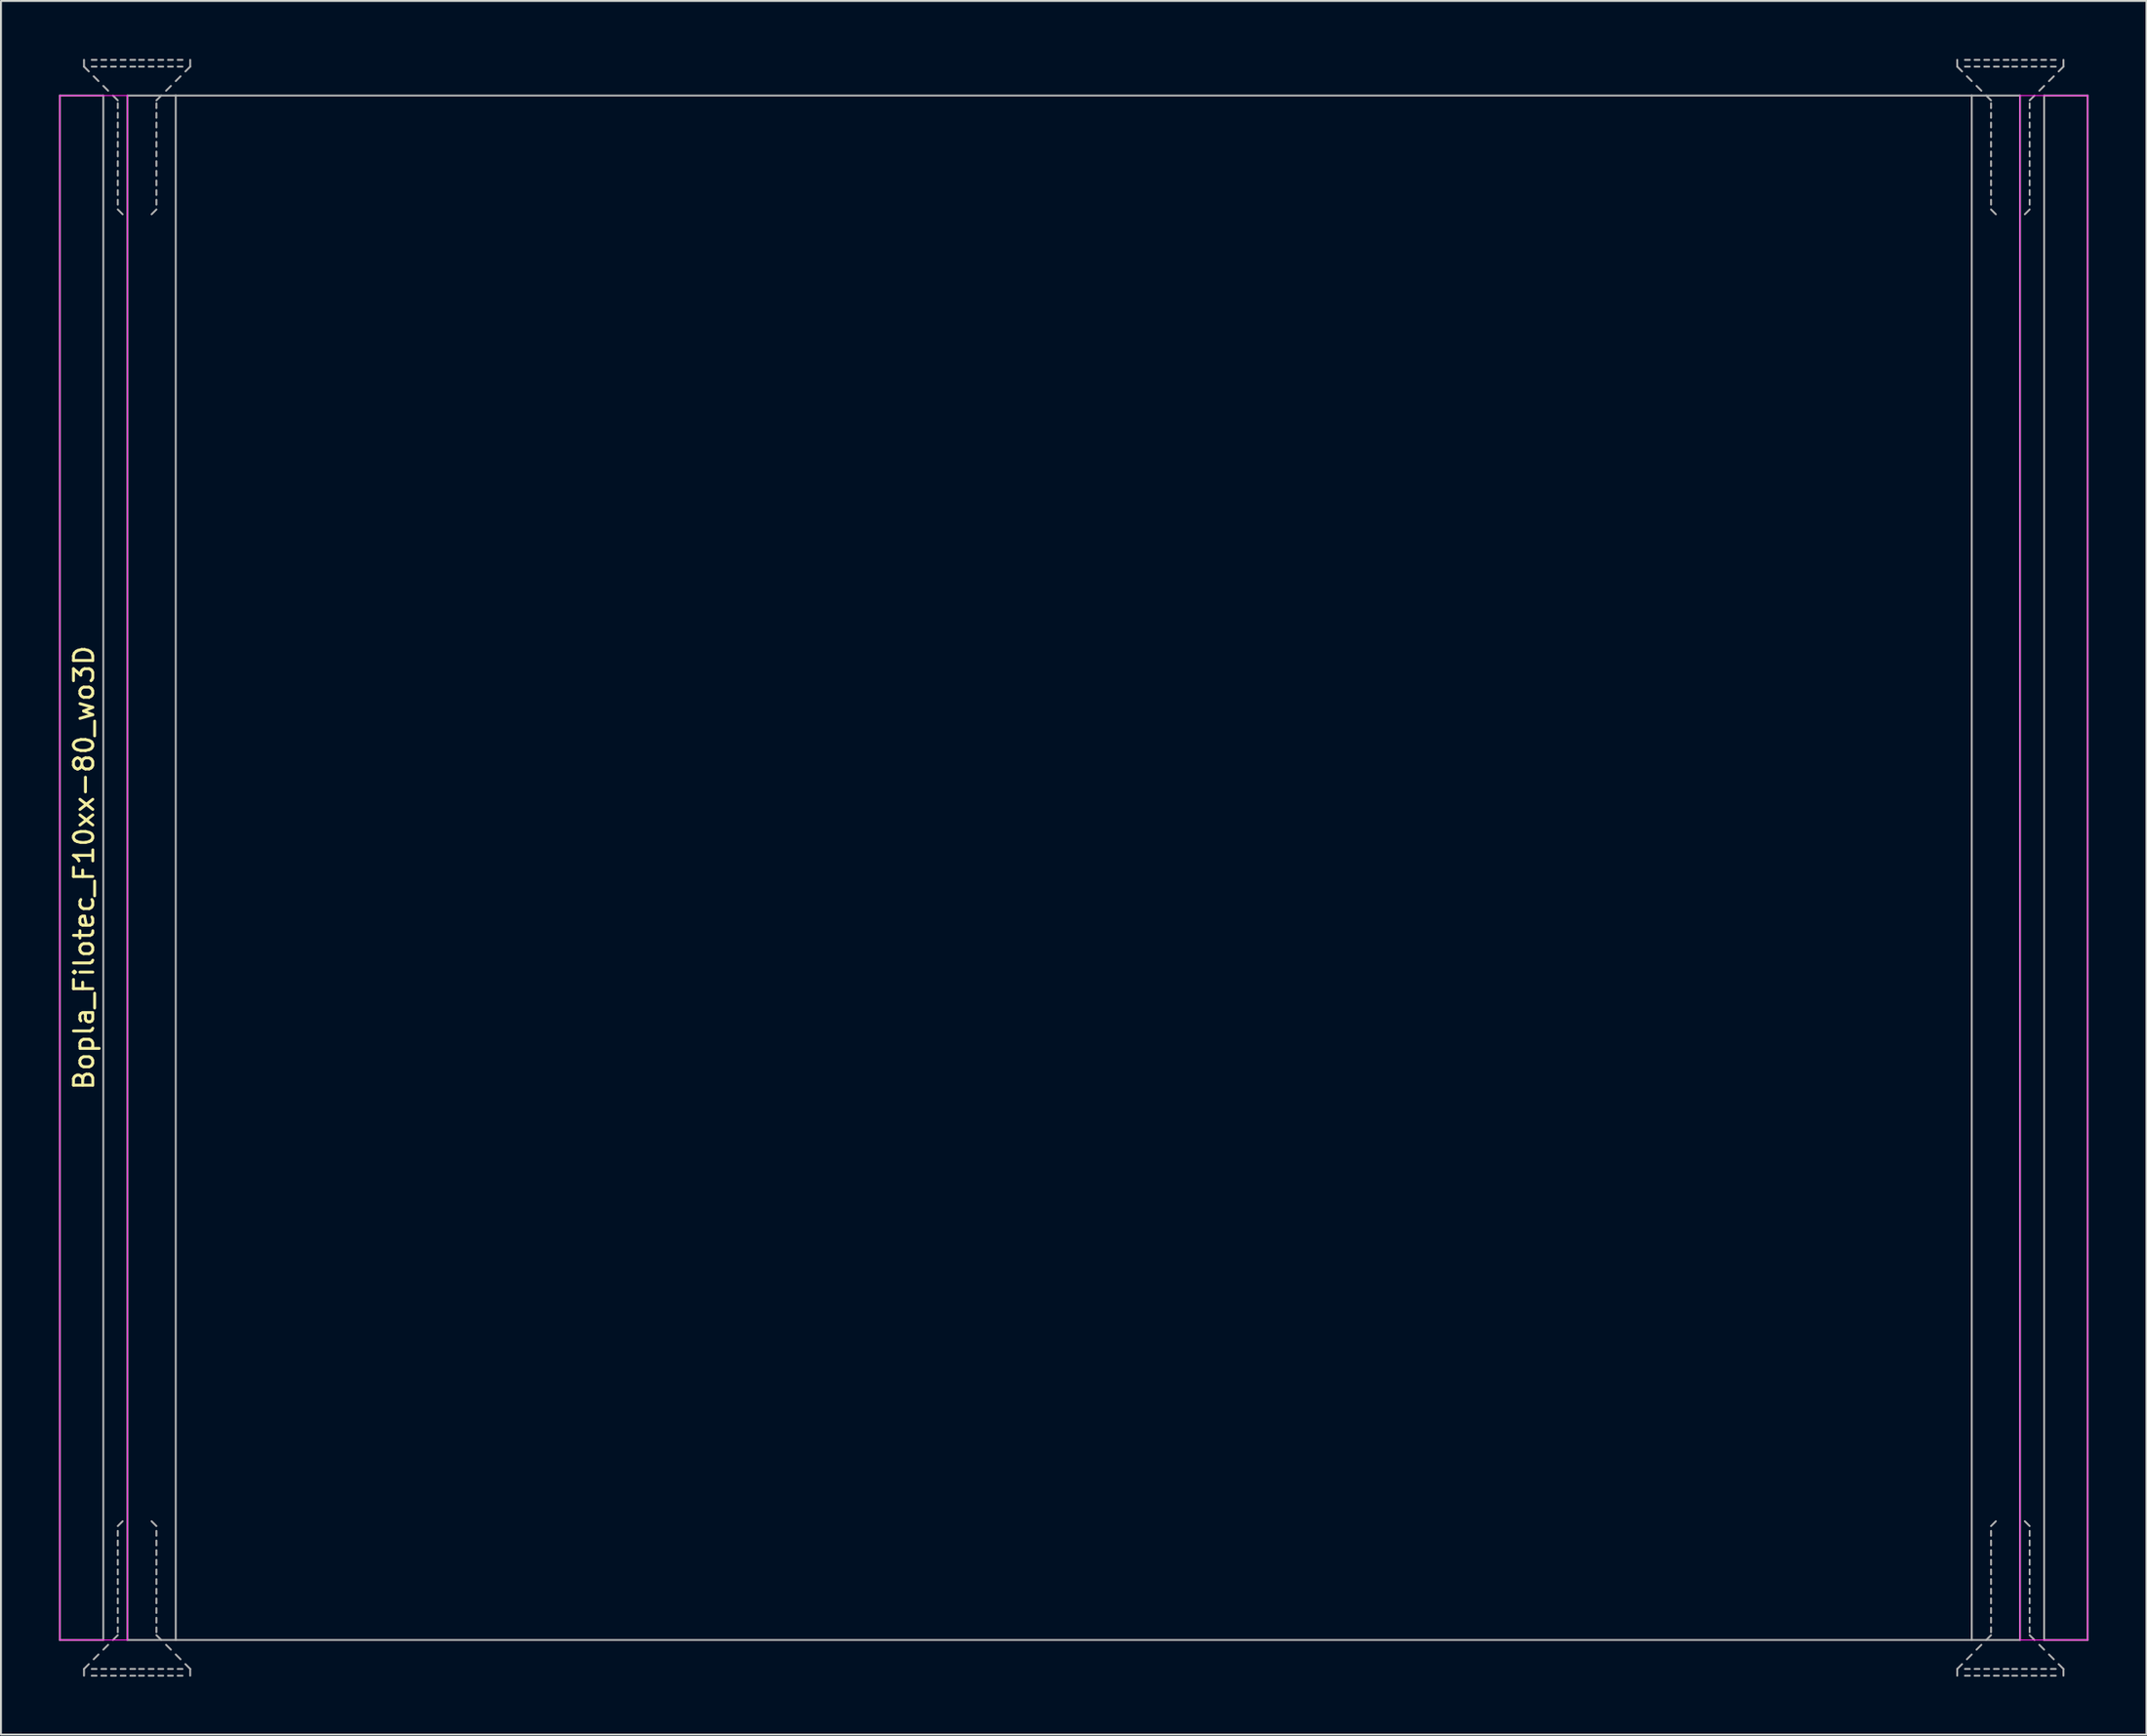
<source format=kicad_pcb>
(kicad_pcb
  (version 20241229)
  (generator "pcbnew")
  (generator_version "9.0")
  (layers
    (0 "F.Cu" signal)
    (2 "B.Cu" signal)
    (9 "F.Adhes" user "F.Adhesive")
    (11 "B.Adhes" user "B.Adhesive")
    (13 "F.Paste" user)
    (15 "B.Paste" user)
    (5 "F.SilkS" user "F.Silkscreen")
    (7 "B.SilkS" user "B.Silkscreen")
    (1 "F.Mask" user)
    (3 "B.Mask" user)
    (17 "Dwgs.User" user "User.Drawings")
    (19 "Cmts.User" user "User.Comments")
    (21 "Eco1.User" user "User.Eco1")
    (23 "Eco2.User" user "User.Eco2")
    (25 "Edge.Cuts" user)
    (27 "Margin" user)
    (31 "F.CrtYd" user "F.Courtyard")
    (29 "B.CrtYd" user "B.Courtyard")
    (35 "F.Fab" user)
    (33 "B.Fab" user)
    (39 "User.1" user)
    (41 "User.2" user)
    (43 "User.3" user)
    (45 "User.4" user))
  (footprint "Bopla_Filotec_F10xx-80_wo3D"
    (layer "F.Cu")
    (at 52.55 41.9)
    (property "Reference" "Bopla_Filotec_F10xx-80_wo3D" (at -51.25 0 90) (layer "F.SilkS") (effects (font (size 1 1) (thickness 0.15))))
    (attr exclude_from_pos_files exclude_from_bom)
    (fp_line (start -52.5 -40) (end -52.5 40) (stroke (width 0.05) (type solid)) (layer "F.CrtYd"))
    (fp_line (start -52.5 40) (end -49 40) (stroke (width 0.05) (type solid)) (layer "F.CrtYd"))
    (fp_line (start -49 -40) (end -52.5 -40) (stroke (width 0.05) (type solid)) (layer "F.CrtYd"))
    (fp_line (start -49 40) (end -49 -40) (stroke (width 0.05) (type solid)) (layer "F.CrtYd"))
    (fp_line (start 49 -40) (end 52.5 -40) (stroke (width 0.05) (type solid)) (layer "F.CrtYd"))
    (fp_line (start 49 40) (end 49 -40) (stroke (width 0.05) (type solid)) (layer "F.CrtYd"))
    (fp_line (start 52.5 -40) (end 52.5 40) (stroke (width 0.05) (type solid)) (layer "F.CrtYd"))
    (fp_line (start 52.5 40) (end 49 40) (stroke (width 0.05) (type solid)) (layer "F.CrtYd"))
    (fp_line (start -52.5 -40) (end -52.5 40) (stroke (width 0.1) (type solid)) (layer "F.Fab"))
    (fp_line (start -52.5 -40) (end -50.25 -40) (stroke (width 0.1) (type solid)) (layer "F.Fab"))
    (fp_line (start -52.5 40) (end -50.25 40) (stroke (width 0.1) (type solid)) (layer "F.Fab"))
    (fp_line (start -51.25 -41.5) (end -51.25 -41.85) (stroke (width 0.1) (type solid)) (layer "F.Fab"))
    (fp_line (start -51.25 -41.5) (end -51 -41.25) (stroke (width 0.1) (type solid)) (layer "F.Fab"))
    (fp_line (start -51.25 41.5) (end -51.25 41.85) (stroke (width 0.1) (type solid)) (layer "F.Fab"))
    (fp_line (start -51.25 41.5) (end -51 41.25) (stroke (width 0.1) (type solid)) (layer "F.Fab"))
    (fp_line (start -50.75 -41) (end -50.5 -40.75) (stroke (width 0.1) (type solid)) (layer "F.Fab"))
    (fp_line (start -50.75 41) (end -50.5 40.75) (stroke (width 0.1) (type solid)) (layer "F.Fab"))
    (fp_line (start -50.6 -41.85) (end -50.85 -41.85) (stroke (width 0.1) (type solid)) (layer "F.Fab"))
    (fp_line (start -50.6 -41.5) (end -50.85 -41.5) (stroke (width 0.1) (type solid)) (layer "F.Fab"))
    (fp_line (start -50.6 41.5) (end -50.85 41.5) (stroke (width 0.1) (type solid)) (layer "F.Fab"))
    (fp_line (start -50.6 41.85) (end -50.85 41.85) (stroke (width 0.1) (type solid)) (layer "F.Fab"))
    (fp_line (start -50.25 -40.5) (end -50 -40.25) (stroke (width 0.1) (type solid)) (layer "F.Fab"))
    (fp_line (start -50.25 -40) (end -50.25 40) (stroke (width 0.1) (type solid)) (layer "F.Fab"))
    (fp_line (start -50.25 40.5) (end -50 40.25) (stroke (width 0.1) (type solid)) (layer "F.Fab"))
    (fp_line (start -50.1 -41.85) (end -50.35 -41.85) (stroke (width 0.1) (type solid)) (layer "F.Fab"))
    (fp_line (start -50.1 -41.5) (end -50.35 -41.5) (stroke (width 0.1) (type solid)) (layer "F.Fab"))
    (fp_line (start -50.1 41.5) (end -50.35 41.5) (stroke (width 0.1) (type solid)) (layer "F.Fab"))
    (fp_line (start -50.1 41.85) (end -50.35 41.85) (stroke (width 0.1) (type solid)) (layer "F.Fab"))
    (fp_line (start -49.75 -40) (end -49.5 -39.75) (stroke (width 0.1) (type solid)) (layer "F.Fab"))
    (fp_line (start -49.75 40) (end -49.5 39.75) (stroke (width 0.1) (type solid)) (layer "F.Fab"))
    (fp_line (start -49.6 -41.85) (end -49.85 -41.85) (stroke (width 0.1) (type solid)) (layer "F.Fab"))
    (fp_line (start -49.6 -41.5) (end -49.85 -41.5) (stroke (width 0.1) (type solid)) (layer "F.Fab"))
    (fp_line (start -49.6 41.5) (end -49.85 41.5) (stroke (width 0.1) (type solid)) (layer "F.Fab"))
    (fp_line (start -49.6 41.85) (end -49.85 41.85) (stroke (width 0.1) (type solid)) (layer "F.Fab"))
    (fp_line (start -49.5 -39.6) (end -49.5 -39.35) (stroke (width 0.1) (type solid)) (layer "F.Fab"))
    (fp_line (start -49.5 -39.1) (end -49.5 -38.85) (stroke (width 0.1) (type solid)) (layer "F.Fab"))
    (fp_line (start -49.5 -38.6) (end -49.5 -38.35) (stroke (width 0.1) (type solid)) (layer "F.Fab"))
    (fp_line (start -49.5 -38.1) (end -49.5 -37.85) (stroke (width 0.1) (type solid)) (layer "F.Fab"))
    (fp_line (start -49.5 -37.6) (end -49.5 -37.35) (stroke (width 0.1) (type solid)) (layer "F.Fab"))
    (fp_line (start -49.5 -37.1) (end -49.5 -36.85) (stroke (width 0.1) (type solid)) (layer "F.Fab"))
    (fp_line (start -49.5 -36.6) (end -49.5 -36.35) (stroke (width 0.1) (type solid)) (layer "F.Fab"))
    (fp_line (start -49.5 -36.1) (end -49.5 -35.85) (stroke (width 0.1) (type solid)) (layer "F.Fab"))
    (fp_line (start -49.5 -35.6) (end -49.5 -35.35) (stroke (width 0.1) (type solid)) (layer "F.Fab"))
    (fp_line (start -49.5 -35.1) (end -49.5 -34.85) (stroke (width 0.1) (type solid)) (layer "F.Fab"))
    (fp_line (start -49.5 -34.6) (end -49.5 -34.35) (stroke (width 0.1) (type solid)) (layer "F.Fab"))
    (fp_line (start -49.5 -34.1) (end -49.25 -33.85) (stroke (width 0.1) (type solid)) (layer "F.Fab"))
    (fp_line (start -49.5 34.1) (end -49.25 33.85) (stroke (width 0.1) (type solid)) (layer "F.Fab"))
    (fp_line (start -49.5 34.6) (end -49.5 34.35) (stroke (width 0.1) (type solid)) (layer "F.Fab"))
    (fp_line (start -49.5 35.1) (end -49.5 34.85) (stroke (width 0.1) (type solid)) (layer "F.Fab"))
    (fp_line (start -49.5 35.6) (end -49.5 35.35) (stroke (width 0.1) (type solid)) (layer "F.Fab"))
    (fp_line (start -49.5 36.1) (end -49.5 35.85) (stroke (width 0.1) (type solid)) (layer "F.Fab"))
    (fp_line (start -49.5 36.6) (end -49.5 36.35) (stroke (width 0.1) (type solid)) (layer "F.Fab"))
    (fp_line (start -49.5 37.1) (end -49.5 36.85) (stroke (width 0.1) (type solid)) (layer "F.Fab"))
    (fp_line (start -49.5 37.6) (end -49.5 37.35) (stroke (width 0.1) (type solid)) (layer "F.Fab"))
    (fp_line (start -49.5 38.1) (end -49.5 37.85) (stroke (width 0.1) (type solid)) (layer "F.Fab"))
    (fp_line (start -49.5 38.6) (end -49.5 38.35) (stroke (width 0.1) (type solid)) (layer "F.Fab"))
    (fp_line (start -49.5 39.1) (end -49.5 38.85) (stroke (width 0.1) (type solid)) (layer "F.Fab"))
    (fp_line (start -49.5 39.6) (end -49.5 39.35) (stroke (width 0.1) (type solid)) (layer "F.Fab"))
    (fp_line (start -49.1 -41.85) (end -49.35 -41.85) (stroke (width 0.1) (type solid)) (layer "F.Fab"))
    (fp_line (start -49.1 -41.5) (end -49.35 -41.5) (stroke (width 0.1) (type solid)) (layer "F.Fab"))
    (fp_line (start -49.1 41.5) (end -49.35 41.5) (stroke (width 0.1) (type solid)) (layer "F.Fab"))
    (fp_line (start -49.1 41.85) (end -49.35 41.85) (stroke (width 0.1) (type solid)) (layer "F.Fab"))
    (fp_line (start -49 -40) (end -46.5 -40) (stroke (width 0.1) (type solid)) (layer "F.Fab"))
    (fp_line (start -49 40) (end -49 -40) (stroke (width 0.1) (type solid)) (layer "F.Fab"))
    (fp_line (start -49 40) (end -46.5 40) (stroke (width 0.1) (type solid)) (layer "F.Fab"))
    (fp_line (start -48.6 -41.85) (end -48.85 -41.85) (stroke (width 0.1) (type solid)) (layer "F.Fab"))
    (fp_line (start -48.6 -41.5) (end -48.85 -41.5) (stroke (width 0.1) (type solid)) (layer "F.Fab"))
    (fp_line (start -48.6 41.5) (end -48.85 41.5) (stroke (width 0.1) (type solid)) (layer "F.Fab"))
    (fp_line (start -48.6 41.85) (end -48.85 41.85) (stroke (width 0.1) (type solid)) (layer "F.Fab"))
    (fp_line (start -48.15 -41.85) (end -48.4 -41.85) (stroke (width 0.1) (type solid)) (layer "F.Fab"))
    (fp_line (start -48.15 -41.5) (end -48.4 -41.5) (stroke (width 0.1) (type solid)) (layer "F.Fab"))
    (fp_line (start -48.15 41.5) (end -48.4 41.5) (stroke (width 0.1) (type solid)) (layer "F.Fab"))
    (fp_line (start -48.15 41.85) (end -48.4 41.85) (stroke (width 0.1) (type solid)) (layer "F.Fab"))
    (fp_line (start -47.65 -41.85) (end -47.9 -41.85) (stroke (width 0.1) (type solid)) (layer "F.Fab"))
    (fp_line (start -47.65 -41.5) (end -47.9 -41.5) (stroke (width 0.1) (type solid)) (layer "F.Fab"))
    (fp_line (start -47.65 41.5) (end -47.9 41.5) (stroke (width 0.1) (type solid)) (layer "F.Fab"))
    (fp_line (start -47.65 41.85) (end -47.9 41.85) (stroke (width 0.1) (type solid)) (layer "F.Fab"))
    (fp_line (start -47.5 -39.6) (end -47.5 -39.35) (stroke (width 0.1) (type solid)) (layer "F.Fab"))
    (fp_line (start -47.5 -39.1) (end -47.5 -38.85) (stroke (width 0.1) (type solid)) (layer "F.Fab"))
    (fp_line (start -47.5 -38.6) (end -47.5 -38.35) (stroke (width 0.1) (type solid)) (layer "F.Fab"))
    (fp_line (start -47.5 -38.1) (end -47.5 -37.85) (stroke (width 0.1) (type solid)) (layer "F.Fab"))
    (fp_line (start -47.5 -37.6) (end -47.5 -37.35) (stroke (width 0.1) (type solid)) (layer "F.Fab"))
    (fp_line (start -47.5 -37.1) (end -47.5 -36.85) (stroke (width 0.1) (type solid)) (layer "F.Fab"))
    (fp_line (start -47.5 -36.6) (end -47.5 -36.35) (stroke (width 0.1) (type solid)) (layer "F.Fab"))
    (fp_line (start -47.5 -36.1) (end -47.5 -35.85) (stroke (width 0.1) (type solid)) (layer "F.Fab"))
    (fp_line (start -47.5 -35.6) (end -47.5 -35.35) (stroke (width 0.1) (type solid)) (layer "F.Fab"))
    (fp_line (start -47.5 -35.1) (end -47.5 -34.85) (stroke (width 0.1) (type solid)) (layer "F.Fab"))
    (fp_line (start -47.5 -34.6) (end -47.5 -34.35) (stroke (width 0.1) (type solid)) (layer "F.Fab"))
    (fp_line (start -47.5 -34.1) (end -47.75 -33.85) (stroke (width 0.1) (type solid)) (layer "F.Fab"))
    (fp_line (start -47.5 34.1) (end -47.75 33.85) (stroke (width 0.1) (type solid)) (layer "F.Fab"))
    (fp_line (start -47.5 34.6) (end -47.5 34.35) (stroke (width 0.1) (type solid)) (layer "F.Fab"))
    (fp_line (start -47.5 35.1) (end -47.5 34.85) (stroke (width 0.1) (type solid)) (layer "F.Fab"))
    (fp_line (start -47.5 35.6) (end -47.5 35.35) (stroke (width 0.1) (type solid)) (layer "F.Fab"))
    (fp_line (start -47.5 36.1) (end -47.5 35.85) (stroke (width 0.1) (type solid)) (layer "F.Fab"))
    (fp_line (start -47.5 36.6) (end -47.5 36.35) (stroke (width 0.1) (type solid)) (layer "F.Fab"))
    (fp_line (start -47.5 37.1) (end -47.5 36.85) (stroke (width 0.1) (type solid)) (layer "F.Fab"))
    (fp_line (start -47.5 37.6) (end -47.5 37.35) (stroke (width 0.1) (type solid)) (layer "F.Fab"))
    (fp_line (start -47.5 38.1) (end -47.5 37.85) (stroke (width 0.1) (type solid)) (layer "F.Fab"))
    (fp_line (start -47.5 38.6) (end -47.5 38.35) (stroke (width 0.1) (type solid)) (layer "F.Fab"))
    (fp_line (start -47.5 39.1) (end -47.5 38.85) (stroke (width 0.1) (type solid)) (layer "F.Fab"))
    (fp_line (start -47.5 39.6) (end -47.5 39.35) (stroke (width 0.1) (type solid)) (layer "F.Fab"))
    (fp_line (start -47.25 -40) (end -47.5 -39.75) (stroke (width 0.1) (type solid)) (layer "F.Fab"))
    (fp_line (start -47.25 40) (end -47.5 39.75) (stroke (width 0.1) (type solid)) (layer "F.Fab"))
    (fp_line (start -47.15 -41.85) (end -47.4 -41.85) (stroke (width 0.1) (type solid)) (layer "F.Fab"))
    (fp_line (start -47.15 -41.5) (end -47.4 -41.5) (stroke (width 0.1) (type solid)) (layer "F.Fab"))
    (fp_line (start -47.15 41.5) (end -47.4 41.5) (stroke (width 0.1) (type solid)) (layer "F.Fab"))
    (fp_line (start -47.15 41.85) (end -47.4 41.85) (stroke (width 0.1) (type solid)) (layer "F.Fab"))
    (fp_line (start -46.75 -40.5) (end -47 -40.25) (stroke (width 0.1) (type solid)) (layer "F.Fab"))
    (fp_line (start -46.75 40.5) (end -47 40.25) (stroke (width 0.1) (type solid)) (layer "F.Fab"))
    (fp_line (start -46.65 -41.85) (end -46.9 -41.85) (stroke (width 0.1) (type solid)) (layer "F.Fab"))
    (fp_line (start -46.65 -41.5) (end -46.9 -41.5) (stroke (width 0.1) (type solid)) (layer "F.Fab"))
    (fp_line (start -46.65 41.5) (end -46.9 41.5) (stroke (width 0.1) (type solid)) (layer "F.Fab"))
    (fp_line (start -46.65 41.85) (end -46.9 41.85) (stroke (width 0.1) (type solid)) (layer "F.Fab"))
    (fp_line (start -46.5 40) (end -46.5 -40) (stroke (width 0.1) (type solid)) (layer "F.Fab"))
    (fp_line (start -46.5 40) (end 46.5 40) (stroke (width 0.1) (type solid)) (layer "F.Fab"))
    (fp_line (start -46.25 -41) (end -46.5 -40.75) (stroke (width 0.1) (type solid)) (layer "F.Fab"))
    (fp_line (start -46.25 41) (end -46.5 40.75) (stroke (width 0.1) (type solid)) (layer "F.Fab"))
    (fp_line (start -46.15 -41.85) (end -46.4 -41.85) (stroke (width 0.1) (type solid)) (layer "F.Fab"))
    (fp_line (start -46.15 -41.5) (end -46.4 -41.5) (stroke (width 0.1) (type solid)) (layer "F.Fab"))
    (fp_line (start -46.15 41.5) (end -46.4 41.5) (stroke (width 0.1) (type solid)) (layer "F.Fab"))
    (fp_line (start -46.15 41.85) (end -46.4 41.85) (stroke (width 0.1) (type solid)) (layer "F.Fab"))
    (fp_line (start -45.75 -41.5) (end -46 -41.25) (stroke (width 0.1) (type solid)) (layer "F.Fab"))
    (fp_line (start -45.75 -41.5) (end -45.75 -41.85) (stroke (width 0.1) (type solid)) (layer "F.Fab"))
    (fp_line (start -45.75 41.5) (end -46 41.25) (stroke (width 0.1) (type solid)) (layer "F.Fab"))
    (fp_line (start -45.75 41.5) (end -45.75 41.85) (stroke (width 0.1) (type solid)) (layer "F.Fab"))
    (fp_line (start 45.75 -41.5) (end 45.75 -41.85) (stroke (width 0.1) (type solid)) (layer "F.Fab"))
    (fp_line (start 45.75 -41.5) (end 46 -41.25) (stroke (width 0.1) (type solid)) (layer "F.Fab"))
    (fp_line (start 45.75 41.5) (end 45.75 41.85) (stroke (width 0.1) (type solid)) (layer "F.Fab"))
    (fp_line (start 45.75 41.5) (end 46 41.25) (stroke (width 0.1) (type solid)) (layer "F.Fab"))
    (fp_line (start 46.25 -41) (end 46.5 -40.75) (stroke (width 0.1) (type solid)) (layer "F.Fab"))
    (fp_line (start 46.25 41) (end 46.5 40.75) (stroke (width 0.1) (type solid)) (layer "F.Fab"))
    (fp_line (start 46.4 -41.85) (end 46.15 -41.85) (stroke (width 0.1) (type solid)) (layer "F.Fab"))
    (fp_line (start 46.4 -41.5) (end 46.15 -41.5) (stroke (width 0.1) (type solid)) (layer "F.Fab"))
    (fp_line (start 46.4 41.5) (end 46.15 41.5) (stroke (width 0.1) (type solid)) (layer "F.Fab"))
    (fp_line (start 46.4 41.85) (end 46.15 41.85) (stroke (width 0.1) (type solid)) (layer "F.Fab"))
    (fp_line (start 46.5 -40) (end -46.5 -40) (stroke (width 0.1) (type solid)) (layer "F.Fab"))
    (fp_line (start 46.5 -40) (end 46.5 40) (stroke (width 0.1) (type solid)) (layer "F.Fab"))
    (fp_line (start 46.75 -40.5) (end 47 -40.25) (stroke (width 0.1) (type solid)) (layer "F.Fab"))
    (fp_line (start 46.75 40.5) (end 47 40.25) (stroke (width 0.1) (type solid)) (layer "F.Fab"))
    (fp_line (start 46.9 -41.85) (end 46.65 -41.85) (stroke (width 0.1) (type solid)) (layer "F.Fab"))
    (fp_line (start 46.9 -41.5) (end 46.65 -41.5) (stroke (width 0.1) (type solid)) (layer "F.Fab"))
    (fp_line (start 46.9 41.5) (end 46.65 41.5) (stroke (width 0.1) (type solid)) (layer "F.Fab"))
    (fp_line (start 46.9 41.85) (end 46.65 41.85) (stroke (width 0.1) (type solid)) (layer "F.Fab"))
    (fp_line (start 47.25 -40) (end 47.5 -39.75) (stroke (width 0.1) (type solid)) (layer "F.Fab"))
    (fp_line (start 47.25 40) (end 47.5 39.75) (stroke (width 0.1) (type solid)) (layer "F.Fab"))
    (fp_line (start 47.4 -41.85) (end 47.15 -41.85) (stroke (width 0.1) (type solid)) (layer "F.Fab"))
    (fp_line (start 47.4 -41.5) (end 47.15 -41.5) (stroke (width 0.1) (type solid)) (layer "F.Fab"))
    (fp_line (start 47.4 41.5) (end 47.15 41.5) (stroke (width 0.1) (type solid)) (layer "F.Fab"))
    (fp_line (start 47.4 41.85) (end 47.15 41.85) (stroke (width 0.1) (type solid)) (layer "F.Fab"))
    (fp_line (start 47.5 -39.6) (end 47.5 -39.35) (stroke (width 0.1) (type solid)) (layer "F.Fab"))
    (fp_line (start 47.5 -39.1) (end 47.5 -38.85) (stroke (width 0.1) (type solid)) (layer "F.Fab"))
    (fp_line (start 47.5 -38.6) (end 47.5 -38.35) (stroke (width 0.1) (type solid)) (layer "F.Fab"))
    (fp_line (start 47.5 -38.1) (end 47.5 -37.85) (stroke (width 0.1) (type solid)) (layer "F.Fab"))
    (fp_line (start 47.5 -37.6) (end 47.5 -37.35) (stroke (width 0.1) (type solid)) (layer "F.Fab"))
    (fp_line (start 47.5 -37.1) (end 47.5 -36.85) (stroke (width 0.1) (type solid)) (layer "F.Fab"))
    (fp_line (start 47.5 -36.6) (end 47.5 -36.35) (stroke (width 0.1) (type solid)) (layer "F.Fab"))
    (fp_line (start 47.5 -36.1) (end 47.5 -35.85) (stroke (width 0.1) (type solid)) (layer "F.Fab"))
    (fp_line (start 47.5 -35.6) (end 47.5 -35.35) (stroke (width 0.1) (type solid)) (layer "F.Fab"))
    (fp_line (start 47.5 -35.1) (end 47.5 -34.85) (stroke (width 0.1) (type solid)) (layer "F.Fab"))
    (fp_line (start 47.5 -34.6) (end 47.5 -34.35) (stroke (width 0.1) (type solid)) (layer "F.Fab"))
    (fp_line (start 47.5 -34.1) (end 47.75 -33.85) (stroke (width 0.1) (type solid)) (layer "F.Fab"))
    (fp_line (start 47.5 34.1) (end 47.75 33.85) (stroke (width 0.1) (type solid)) (layer "F.Fab"))
    (fp_line (start 47.5 34.6) (end 47.5 34.35) (stroke (width 0.1) (type solid)) (layer "F.Fab"))
    (fp_line (start 47.5 35.1) (end 47.5 34.85) (stroke (width 0.1) (type solid)) (layer "F.Fab"))
    (fp_line (start 47.5 35.6) (end 47.5 35.35) (stroke (width 0.1) (type solid)) (layer "F.Fab"))
    (fp_line (start 47.5 36.1) (end 47.5 35.85) (stroke (width 0.1) (type solid)) (layer "F.Fab"))
    (fp_line (start 47.5 36.6) (end 47.5 36.35) (stroke (width 0.1) (type solid)) (layer "F.Fab"))
    (fp_line (start 47.5 37.1) (end 47.5 36.85) (stroke (width 0.1) (type solid)) (layer "F.Fab"))
    (fp_line (start 47.5 37.6) (end 47.5 37.35) (stroke (width 0.1) (type solid)) (layer "F.Fab"))
    (fp_line (start 47.5 38.1) (end 47.5 37.85) (stroke (width 0.1) (type solid)) (layer "F.Fab"))
    (fp_line (start 47.5 38.6) (end 47.5 38.35) (stroke (width 0.1) (type solid)) (layer "F.Fab"))
    (fp_line (start 47.5 39.1) (end 47.5 38.85) (stroke (width 0.1) (type solid)) (layer "F.Fab"))
    (fp_line (start 47.5 39.6) (end 47.5 39.35) (stroke (width 0.1) (type solid)) (layer "F.Fab"))
    (fp_line (start 47.9 -41.85) (end 47.65 -41.85) (stroke (width 0.1) (type solid)) (layer "F.Fab"))
    (fp_line (start 47.9 -41.5) (end 47.65 -41.5) (stroke (width 0.1) (type solid)) (layer "F.Fab"))
    (fp_line (start 47.9 41.5) (end 47.65 41.5) (stroke (width 0.1) (type solid)) (layer "F.Fab"))
    (fp_line (start 47.9 41.85) (end 47.65 41.85) (stroke (width 0.1) (type solid)) (layer "F.Fab"))
    (fp_line (start 48.4 -41.85) (end 48.15 -41.85) (stroke (width 0.1) (type solid)) (layer "F.Fab"))
    (fp_line (start 48.4 -41.5) (end 48.15 -41.5) (stroke (width 0.1) (type solid)) (layer "F.Fab"))
    (fp_line (start 48.4 41.5) (end 48.15 41.5) (stroke (width 0.1) (type solid)) (layer "F.Fab"))
    (fp_line (start 48.4 41.85) (end 48.15 41.85) (stroke (width 0.1) (type solid)) (layer "F.Fab"))
    (fp_line (start 48.85 -41.85) (end 48.6 -41.85) (stroke (width 0.1) (type solid)) (layer "F.Fab"))
    (fp_line (start 48.85 -41.5) (end 48.6 -41.5) (stroke (width 0.1) (type solid)) (layer "F.Fab"))
    (fp_line (start 48.85 41.5) (end 48.6 41.5) (stroke (width 0.1) (type solid)) (layer "F.Fab"))
    (fp_line (start 48.85 41.85) (end 48.6 41.85) (stroke (width 0.1) (type solid)) (layer "F.Fab"))
    (fp_line (start 49 -40) (end 46.5 -40) (stroke (width 0.1) (type solid)) (layer "F.Fab"))
    (fp_line (start 49 -40) (end 49 40) (stroke (width 0.1) (type solid)) (layer "F.Fab"))
    (fp_line (start 49 40) (end 46.5 40) (stroke (width 0.1) (type solid)) (layer "F.Fab"))
    (fp_line (start 49.35 -41.85) (end 49.1 -41.85) (stroke (width 0.1) (type solid)) (layer "F.Fab"))
    (fp_line (start 49.35 -41.5) (end 49.1 -41.5) (stroke (width 0.1) (type solid)) (layer "F.Fab"))
    (fp_line (start 49.35 41.5) (end 49.1 41.5) (stroke (width 0.1) (type solid)) (layer "F.Fab"))
    (fp_line (start 49.35 41.85) (end 49.1 41.85) (stroke (width 0.1) (type solid)) (layer "F.Fab"))
    (fp_line (start 49.5 -39.6) (end 49.5 -39.35) (stroke (width 0.1) (type solid)) (layer "F.Fab"))
    (fp_line (start 49.5 -39.1) (end 49.5 -38.85) (stroke (width 0.1) (type solid)) (layer "F.Fab"))
    (fp_line (start 49.5 -38.6) (end 49.5 -38.35) (stroke (width 0.1) (type solid)) (layer "F.Fab"))
    (fp_line (start 49.5 -38.1) (end 49.5 -37.85) (stroke (width 0.1) (type solid)) (layer "F.Fab"))
    (fp_line (start 49.5 -37.6) (end 49.5 -37.35) (stroke (width 0.1) (type solid)) (layer "F.Fab"))
    (fp_line (start 49.5 -37.1) (end 49.5 -36.85) (stroke (width 0.1) (type solid)) (layer "F.Fab"))
    (fp_line (start 49.5 -36.6) (end 49.5 -36.35) (stroke (width 0.1) (type solid)) (layer "F.Fab"))
    (fp_line (start 49.5 -36.1) (end 49.5 -35.85) (stroke (width 0.1) (type solid)) (layer "F.Fab"))
    (fp_line (start 49.5 -35.6) (end 49.5 -35.35) (stroke (width 0.1) (type solid)) (layer "F.Fab"))
    (fp_line (start 49.5 -35.1) (end 49.5 -34.85) (stroke (width 0.1) (type solid)) (layer "F.Fab"))
    (fp_line (start 49.5 -34.6) (end 49.5 -34.35) (stroke (width 0.1) (type solid)) (layer "F.Fab"))
    (fp_line (start 49.5 -34.1) (end 49.25 -33.85) (stroke (width 0.1) (type solid)) (layer "F.Fab"))
    (fp_line (start 49.5 34.1) (end 49.25 33.85) (stroke (width 0.1) (type solid)) (layer "F.Fab"))
    (fp_line (start 49.5 34.6) (end 49.5 34.35) (stroke (width 0.1) (type solid)) (layer "F.Fab"))
    (fp_line (start 49.5 35.1) (end 49.5 34.85) (stroke (width 0.1) (type solid)) (layer "F.Fab"))
    (fp_line (start 49.5 35.6) (end 49.5 35.35) (stroke (width 0.1) (type solid)) (layer "F.Fab"))
    (fp_line (start 49.5 36.1) (end 49.5 35.85) (stroke (width 0.1) (type solid)) (layer "F.Fab"))
    (fp_line (start 49.5 36.6) (end 49.5 36.35) (stroke (width 0.1) (type solid)) (layer "F.Fab"))
    (fp_line (start 49.5 37.1) (end 49.5 36.85) (stroke (width 0.1) (type solid)) (layer "F.Fab"))
    (fp_line (start 49.5 37.6) (end 49.5 37.35) (stroke (width 0.1) (type solid)) (layer "F.Fab"))
    (fp_line (start 49.5 38.1) (end 49.5 37.85) (stroke (width 0.1) (type solid)) (layer "F.Fab"))
    (fp_line (start 49.5 38.6) (end 49.5 38.35) (stroke (width 0.1) (type solid)) (layer "F.Fab"))
    (fp_line (start 49.5 39.1) (end 49.5 38.85) (stroke (width 0.1) (type solid)) (layer "F.Fab"))
    (fp_line (start 49.5 39.6) (end 49.5 39.35) (stroke (width 0.1) (type solid)) (layer "F.Fab"))
    (fp_line (start 49.75 -40) (end 49.5 -39.75) (stroke (width 0.1) (type solid)) (layer "F.Fab"))
    (fp_line (start 49.75 40) (end 49.5 39.75) (stroke (width 0.1) (type solid)) (layer "F.Fab"))
    (fp_line (start 49.85 -41.85) (end 49.6 -41.85) (stroke (width 0.1) (type solid)) (layer "F.Fab"))
    (fp_line (start 49.85 -41.5) (end 49.6 -41.5) (stroke (width 0.1) (type solid)) (layer "F.Fab"))
    (fp_line (start 49.85 41.5) (end 49.6 41.5) (stroke (width 0.1) (type solid)) (layer "F.Fab"))
    (fp_line (start 49.85 41.85) (end 49.6 41.85) (stroke (width 0.1) (type solid)) (layer "F.Fab"))
    (fp_line (start 50.25 -40.5) (end 50 -40.25) (stroke (width 0.1) (type solid)) (layer "F.Fab"))
    (fp_line (start 50.25 -40) (end 52.5 -40) (stroke (width 0.1) (type solid)) (layer "F.Fab"))
    (fp_line (start 50.25 40) (end 50.25 -40) (stroke (width 0.1) (type solid)) (layer "F.Fab"))
    (fp_line (start 50.25 40) (end 52.5 40) (stroke (width 0.1) (type solid)) (layer "F.Fab"))
    (fp_line (start 50.25 40.5) (end 50 40.25) (stroke (width 0.1) (type solid)) (layer "F.Fab"))
    (fp_line (start 50.35 -41.85) (end 50.1 -41.85) (stroke (width 0.1) (type solid)) (layer "F.Fab"))
    (fp_line (start 50.35 -41.5) (end 50.1 -41.5) (stroke (width 0.1) (type solid)) (layer "F.Fab"))
    (fp_line (start 50.35 41.5) (end 50.1 41.5) (stroke (width 0.1) (type solid)) (layer "F.Fab"))
    (fp_line (start 50.35 41.85) (end 50.1 41.85) (stroke (width 0.1) (type solid)) (layer "F.Fab"))
    (fp_line (start 50.75 -41) (end 50.5 -40.75) (stroke (width 0.1) (type solid)) (layer "F.Fab"))
    (fp_line (start 50.75 41) (end 50.5 40.75) (stroke (width 0.1) (type solid)) (layer "F.Fab"))
    (fp_line (start 50.85 -41.85) (end 50.6 -41.85) (stroke (width 0.1) (type solid)) (layer "F.Fab"))
    (fp_line (start 50.85 -41.5) (end 50.6 -41.5) (stroke (width 0.1) (type solid)) (layer "F.Fab"))
    (fp_line (start 50.85 41.5) (end 50.6 41.5) (stroke (width 0.1) (type solid)) (layer "F.Fab"))
    (fp_line (start 50.85 41.85) (end 50.6 41.85) (stroke (width 0.1) (type solid)) (layer "F.Fab"))
    (fp_line (start 51.25 -41.5) (end 51 -41.25) (stroke (width 0.1) (type solid)) (layer "F.Fab"))
    (fp_line (start 51.25 -41.5) (end 51.25 -41.85) (stroke (width 0.1) (type solid)) (layer "F.Fab"))
    (fp_line (start 51.25 41.5) (end 51 41.25) (stroke (width 0.1) (type solid)) (layer "F.Fab"))
    (fp_line (start 51.25 41.5) (end 51.25 41.85) (stroke (width 0.1) (type solid)) (layer "F.Fab"))
    (fp_line (start 52.5 -40) (end 52.5 40) (stroke (width 0.1) (type solid)) (layer "F.Fab")))
  (gr_rect
    (start -3 -3)
    (end 108.1 86.8)
    (stroke (width 0.1) (type default))
    (fill no)
    (layer "Edge.Cuts")))
</source>
